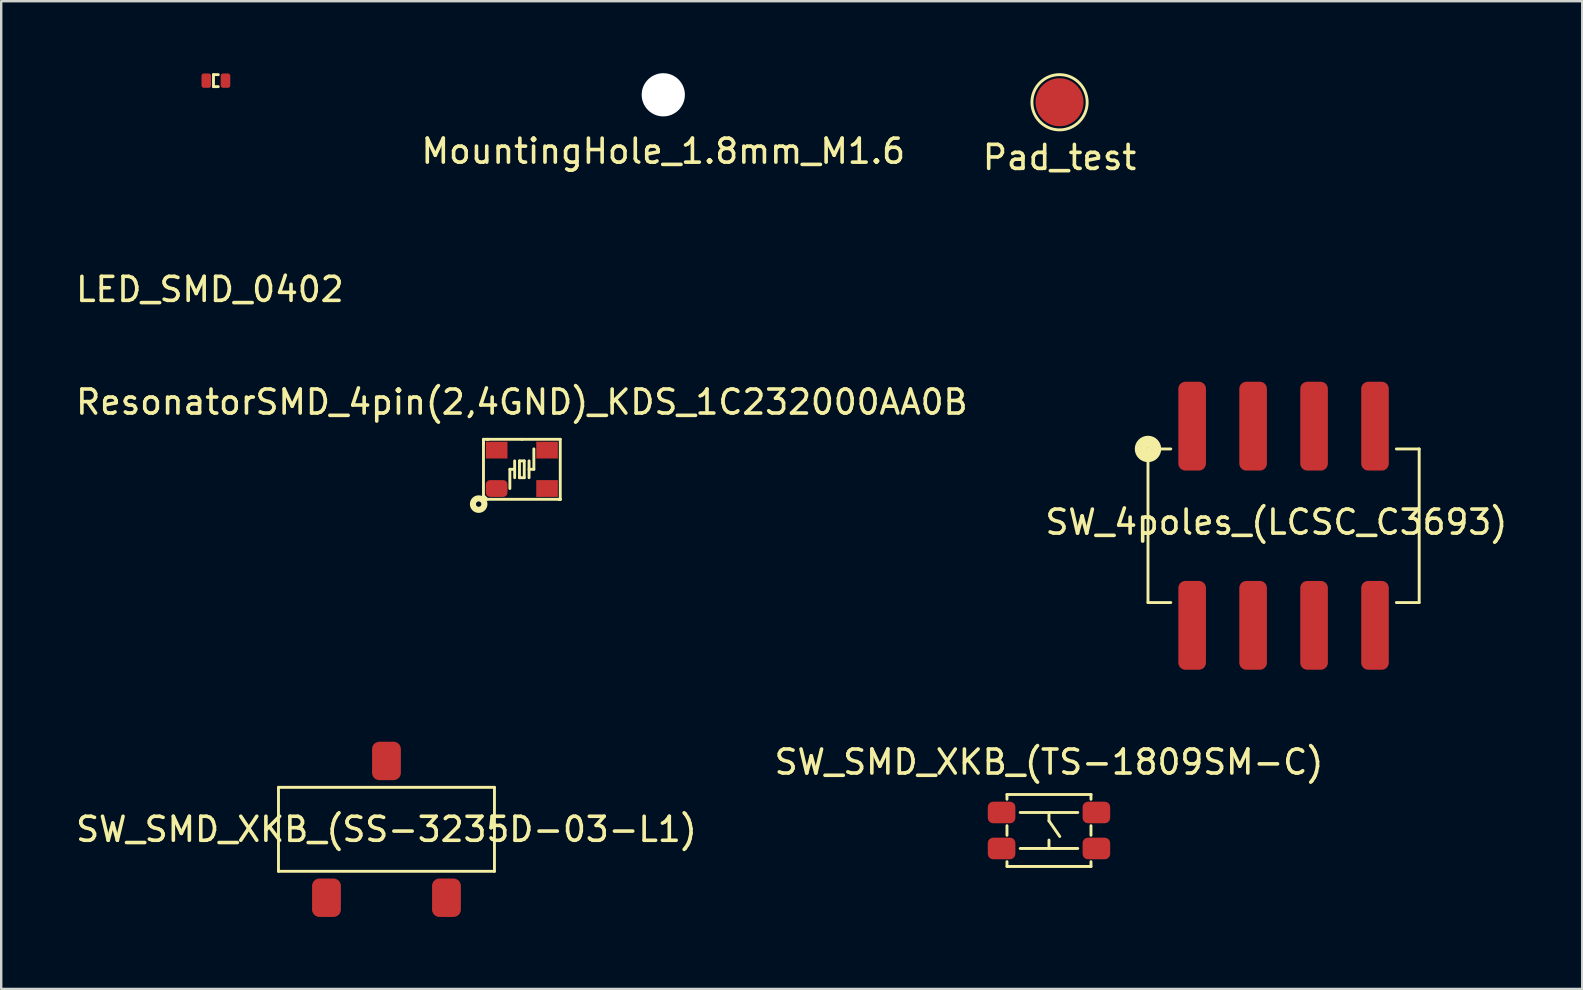
<source format=kicad_pcb>
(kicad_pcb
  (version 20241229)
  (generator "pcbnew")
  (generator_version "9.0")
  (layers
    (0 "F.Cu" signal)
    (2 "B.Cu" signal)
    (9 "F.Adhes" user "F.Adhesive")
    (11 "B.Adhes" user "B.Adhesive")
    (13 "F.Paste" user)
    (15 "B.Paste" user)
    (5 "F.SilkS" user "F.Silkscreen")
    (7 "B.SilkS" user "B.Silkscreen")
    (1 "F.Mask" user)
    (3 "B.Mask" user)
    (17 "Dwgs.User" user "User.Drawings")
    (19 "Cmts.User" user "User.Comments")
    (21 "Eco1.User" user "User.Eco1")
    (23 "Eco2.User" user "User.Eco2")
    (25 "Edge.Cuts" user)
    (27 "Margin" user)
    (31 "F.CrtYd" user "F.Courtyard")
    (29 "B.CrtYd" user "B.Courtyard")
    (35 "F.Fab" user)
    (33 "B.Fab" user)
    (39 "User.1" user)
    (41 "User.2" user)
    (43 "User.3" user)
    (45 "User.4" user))
  (footprint "SW_4poles_(LCSC_C3693)"
    (layer "F.Cu")
    (at 50.437 18.858)
    (property "Reference" "SW_4poles_(LCSC_C3693)" (at -0.3 -0.15 0) (layer "F.SilkS") (effects (font (size 1 1) (thickness 0.15))))
    (attr through_hole)
    (fp_line (start -5.65 -3.2) (end -5.65 3.2) (stroke (width 0.12) (type solid)) (layer "F.SilkS"))
    (fp_line (start -5.65 -3.2) (end -4.7 -3.2) (stroke (width 0.12) (type solid)) (layer "F.SilkS"))
    (fp_line (start -5.65 3.2) (end -4.7 3.2) (stroke (width 0.12) (type solid)) (layer "F.SilkS"))
    (fp_line (start 5.65 -3.2) (end 4.7 -3.2) (stroke (width 0.12) (type solid)) (layer "F.SilkS"))
    (fp_line (start 5.65 3.2) (end 4.7 3.2) (stroke (width 0.12) (type solid)) (layer "F.SilkS"))
    (fp_line (start 5.65 3.2) (end 5.65 -3.2) (stroke (width 0.12) (type solid)) (layer "F.SilkS"))
    (fp_circle (center -5.65 -3.2) (end -5.35 -3.2) (stroke (width 0.5) (type solid)) (fill no) (layer "F.SilkS"))
    (pad "1" smd roundrect (at -3.81 -4.15) (size 1.15 3.7) (layers "F.Cu" "F.Mask" "F.Paste") (roundrect_rratio 0.25))
    (pad "2" smd roundrect (at -1.27 -4.15) (size 1.15 3.7) (layers "F.Cu" "F.Mask" "F.Paste") (roundrect_rratio 0.25))
    (pad "3" smd roundrect (at 1.27 -4.15) (size 1.15 3.7) (layers "F.Cu" "F.Mask" "F.Paste") (roundrect_rratio 0.25))
    (pad "4" smd roundrect (at 3.81 -4.15) (size 1.15 3.7) (layers "F.Cu" "F.Mask" "F.Paste") (roundrect_rratio 0.25))
    (pad "5" smd roundrect (at 3.81 4.15) (size 1.15 3.7) (layers "F.Cu" "F.Mask" "F.Paste") (roundrect_rratio 0.25))
    (pad "6" smd roundrect (at 1.27 4.15) (size 1.15 3.7) (layers "F.Cu" "F.Mask" "F.Paste") (roundrect_rratio 0.25))
    (pad "7" smd roundrect (at -1.27 4.15) (size 1.15 3.7) (layers "F.Cu" "F.Mask" "F.Paste") (roundrect_rratio 0.25))
    (pad "8" smd roundrect (at -3.81 4.15) (size 1.15 3.7) (layers "F.Cu" "F.Mask" "F.Paste") (roundrect_rratio 0.25)))
  (footprint "MountingHole_1.8mm_M1.6"
    (layer "F.Cu")
    (at 24.589 0.9)
    (property "Reference" "MountingHole_1.8mm_M1.6" (at 0 2.35 0) (layer "F.SilkS") (effects (font (size 1 1) (thickness 0.15))))
    (attr through_hole)
    (pad "" np_thru_hole circle (at 0 0) (size 1.8 1.8) (drill 1.8) (layers "*.Cu" "*.Mask")))
  (footprint "LED_SMD_0402"
    (layer "F.Cu")
    (at 5.946 0.31)
    (property "Reference" "LED_SMD_0402" (at -0.25 8.7 0) (layer "F.SilkS") (effects (font (size 1 1) (thickness 0.15))))
    (attr through_hole)
    (fp_line (start -0.1 -0.25) (end -0.1 0.25) (stroke (width 0.12) (type solid)) (layer "F.SilkS"))
    (fp_line (start -0.1 0.25) (end 0.1 0.25) (stroke (width 0.12) (type solid)) (layer "F.SilkS"))
    (fp_line (start 0.1 -0.25) (end -0.1 -0.25) (stroke (width 0.12) (type solid)) (layer "F.SilkS"))
    (pad "1" smd roundrect (at -0.4 0) (size 0.4 0.6) (layers "F.Cu" "F.Mask" "F.Paste") (roundrect_rratio 0.25))
    (pad "2" smd roundrect (at 0.4 0) (size 0.4 0.6) (layers "F.Cu" "F.Mask" "F.Paste") (roundrect_rratio 0.25)))
  (footprint "SW_SMD_XKB_(SS-3235D-03-L1)"
    (layer "F.Cu")
    (at 13.054 31.508)
    (property "Reference" "SW_SMD_XKB_(SS-3235D-03-L1)" (at 0 0 0) (layer "F.SilkS") (effects (font (size 1 1) (thickness 0.15))))
    (attr through_hole)
    (fp_line (start -4.5 -1.75) (end 4.5 -1.75) (stroke (width 0.12) (type solid)) (layer "F.SilkS"))
    (fp_line (start -4.5 1.75) (end -4.5 -1.75) (stroke (width 0.12) (type solid)) (layer "F.SilkS"))
    (fp_line (start 4.5 -1.75) (end 4.5 1.75) (stroke (width 0.12) (type solid)) (layer "F.SilkS"))
    (fp_line (start 4.5 1.75) (end -4.5 1.75) (stroke (width 0.12) (type solid)) (layer "F.SilkS"))
    (pad "1" smd roundrect (at -2.5 2.85) (size 1.2 1.6) (layers "F.Cu" "F.Mask" "F.Paste") (roundrect_rratio 0.25))
    (pad "2" smd roundrect (at 0 -2.85) (size 1.2 1.6) (layers "F.Cu" "F.Mask" "F.Paste") (roundrect_rratio 0.25))
    (pad "3" smd roundrect (at 2.5 2.85) (size 1.2 1.6) (layers "F.Cu" "F.Mask" "F.Paste") (roundrect_rratio 0.25)))
  (footprint "Pad_test"
    (layer "F.Cu")
    (at 41.101 1.211)
    (property "Reference" "Pad_test" (at 0 2.3 0) (layer "F.SilkS") (effects (font (size 1 1) (thickness 0.15))))
    (attr through_hole)
    (fp_circle (center 0 0) (end 0.65 -0.95) (stroke (width 0.12) (type solid)) (fill no) (layer "F.SilkS"))
    (pad "1" smd circle (at 0 0) (size 2 2) (layers "F.Cu" "F.Mask" "F.Paste")))
  (footprint "ResonatorSMD_4pin(2,4GND)_KDS_1C232000AA0B"
    (layer "F.Cu")
    (at 18.696 16.506)
    (property "Reference" "ResonatorSMD_4pin(2,4GND)_KDS_1C232000AA0B" (at 0 -2.8 0) (layer "F.SilkS") (effects (font (size 1 1) (thickness 0.15))))
    (attr through_hole)
    (fp_line (start -1.6 -1.25) (end -1.45 -1.25) (stroke (width 0.12) (type solid)) (layer "F.SilkS"))
    (fp_line (start -1.6 -1.1) (end -1.6 -1.25) (stroke (width 0.12) (type solid)) (layer "F.SilkS"))
    (fp_line (start -1.6 -1.1) (end -1.6 -1.05) (stroke (width 0.12) (type solid)) (layer "F.SilkS"))
    (fp_line (start -1.6 -1.05) (end -1.6 1.1) (stroke (width 0.12) (type solid)) (layer "F.SilkS"))
    (fp_line (start -1.6 1.1) (end -1.45 1.25) (stroke (width 0.12) (type solid)) (layer "F.SilkS"))
    (fp_line (start -1.45 1.25) (end 1.6 1.25) (stroke (width 0.12) (type solid)) (layer "F.SilkS"))
    (fp_line (start -1.4 -1.25) (end -1.45 -1.25) (stroke (width 0.12) (type solid)) (layer "F.SilkS"))
    (fp_line (start -1.4 -1.25) (end 0 -1.25) (stroke (width 0.12) (type solid)) (layer "F.SilkS"))
    (fp_line (start -0.5 0) (end -0.5 0.8) (stroke (width 0.12) (type solid)) (layer "F.SilkS"))
    (fp_line (start -0.5 0) (end -0.3 0) (stroke (width 0.12) (type solid)) (layer "F.SilkS"))
    (fp_line (start -0.3 -0.35) (end -0.3 0.35) (stroke (width 0.12) (type solid)) (layer "F.SilkS"))
    (fp_line (start -0.1 -0.35) (end -0.1 0.3) (stroke (width 0.12) (type solid)) (layer "F.SilkS"))
    (fp_line (start -0.1 0.35) (end -0.1 0.3) (stroke (width 0.12) (type solid)) (layer "F.SilkS"))
    (fp_line (start 0 -1.25) (end 1.6 -1.25) (stroke (width 0.12) (type solid)) (layer "F.SilkS"))
    (fp_line (start 0.1 -0.35) (end -0.1 -0.35) (stroke (width 0.12) (type solid)) (layer "F.SilkS"))
    (fp_line (start 0.1 0.35) (end -0.1 0.35) (stroke (width 0.12) (type solid)) (layer "F.SilkS"))
    (fp_line (start 0.1 0.35) (end 0.1 -0.35) (stroke (width 0.12) (type solid)) (layer "F.SilkS"))
    (fp_line (start 0.3 0.35) (end 0.3 -0.35) (stroke (width 0.12) (type solid)) (layer "F.SilkS"))
    (fp_line (start 0.5 0) (end 0.3 0) (stroke (width 0.12) (type solid)) (layer "F.SilkS"))
    (fp_line (start 0.5 0) (end 0.5 -0.85) (stroke (width 0.12) (type solid)) (layer "F.SilkS"))
    (fp_line (start 1.55 1.25) (end 1.6 1.25) (stroke (width 0.12) (type solid)) (layer "F.SilkS"))
    (fp_line (start 1.6 -1.25) (end 1.6 1.25) (stroke (width 0.12) (type solid)) (layer "F.SilkS"))
    (fp_line (start 1.6 1.25) (end 1.55 1.25) (stroke (width 0.12) (type solid)) (layer "F.SilkS"))
    (fp_circle (center -1.8 1.45) (end -1.688 1.45) (stroke (width 0.254) (type solid)) (fill no) (layer "F.SilkS"))
    (pad "1" smd roundrect (at -1.05 0.8) (size 0.9 0.7) (layers "F.Cu" "F.Mask" "F.Paste") (roundrect_rratio 0.25))
    (pad "2" smd rect (at 1.05 0.8) (size 0.9 0.7) (layers "F.Cu" "F.Mask" "F.Paste"))
    (pad "3" smd rect (at 1.05 -0.8) (size 0.9 0.7) (layers "F.Cu" "F.Mask" "F.Paste"))
    (pad "4" smd rect (at -1.05 -0.8) (size 0.9 0.7) (layers "F.Cu" "F.Mask" "F.Paste")))
  (footprint "SW_SMD_XKB_(TS-1809SM-C)"
    (layer "F.Cu")
    (at 40.661 31.556)
    (property "Reference" "SW_SMD_XKB_(TS-1809SM-C)" (at 0 -2.85 0) (layer "F.SilkS") (effects (font (size 1 1) (thickness 0.15))))
    (attr through_hole)
    (fp_line (start -1.75 -1.5) (end -1.75 -1.3) (stroke (width 0.12) (type solid)) (layer "F.SilkS"))
    (fp_line (start -1.75 -0.2) (end -1.75 0.2) (stroke (width 0.12) (type solid)) (layer "F.SilkS"))
    (fp_line (start -1.75 1.5) (end -1.75 1.3) (stroke (width 0.12) (type solid)) (layer "F.SilkS"))
    (fp_line (start -1.75 1.5) (end 1.75 1.5) (stroke (width 0.12) (type solid)) (layer "F.SilkS"))
    (fp_line (start -1.2 -0.75) (end 1.2 -0.75) (stroke (width 0.12) (type solid)) (layer "F.SilkS"))
    (fp_line (start 0 -0.75) (end 0 -0.4) (stroke (width 0.12) (type solid)) (layer "F.SilkS"))
    (fp_line (start 0 -0.4) (end 0.45 0.25) (stroke (width 0.12) (type solid)) (layer "F.SilkS"))
    (fp_line (start 0 0.75) (end 0 0.4) (stroke (width 0.12) (type solid)) (layer "F.SilkS"))
    (fp_line (start 1.2 0.75) (end -1.2 0.75) (stroke (width 0.12) (type solid)) (layer "F.SilkS"))
    (fp_line (start 1.75 -1.5) (end -1.75 -1.5) (stroke (width 0.12) (type solid)) (layer "F.SilkS"))
    (fp_line (start 1.75 -1.5) (end 1.75 -1.3) (stroke (width 0.12) (type solid)) (layer "F.SilkS"))
    (fp_line (start 1.75 -0.2) (end 1.75 0.2) (stroke (width 0.12) (type solid)) (layer "F.SilkS"))
    (fp_line (start 1.75 1.5) (end 1.75 1.3) (stroke (width 0.12) (type solid)) (layer "F.SilkS"))
    (pad "1" smd roundrect (at -1.975 -0.75) (size 1.15 0.9) (layers "F.Cu" "F.Mask" "F.Paste") (roundrect_rratio 0.25))
    (pad "2" smd roundrect (at 1.975 -0.75) (size 1.15 0.9) (layers "F.Cu" "F.Mask" "F.Paste") (roundrect_rratio 0.25))
    (pad "3" smd roundrect (at -1.975 0.75) (size 1.15 0.9) (layers "F.Cu" "F.Mask" "F.Paste") (roundrect_rratio 0.25))
    (pad "4" smd roundrect (at 1.975 0.75) (size 1.15 0.9) (layers "F.Cu" "F.Mask" "F.Paste") (roundrect_rratio 0.25)))
  (gr_rect
    (start -3 -3)
    (end 62.881 38.158)
    (stroke (width 0.1) (type default))
    (fill no)
    (layer "Edge.Cuts")))
</source>
